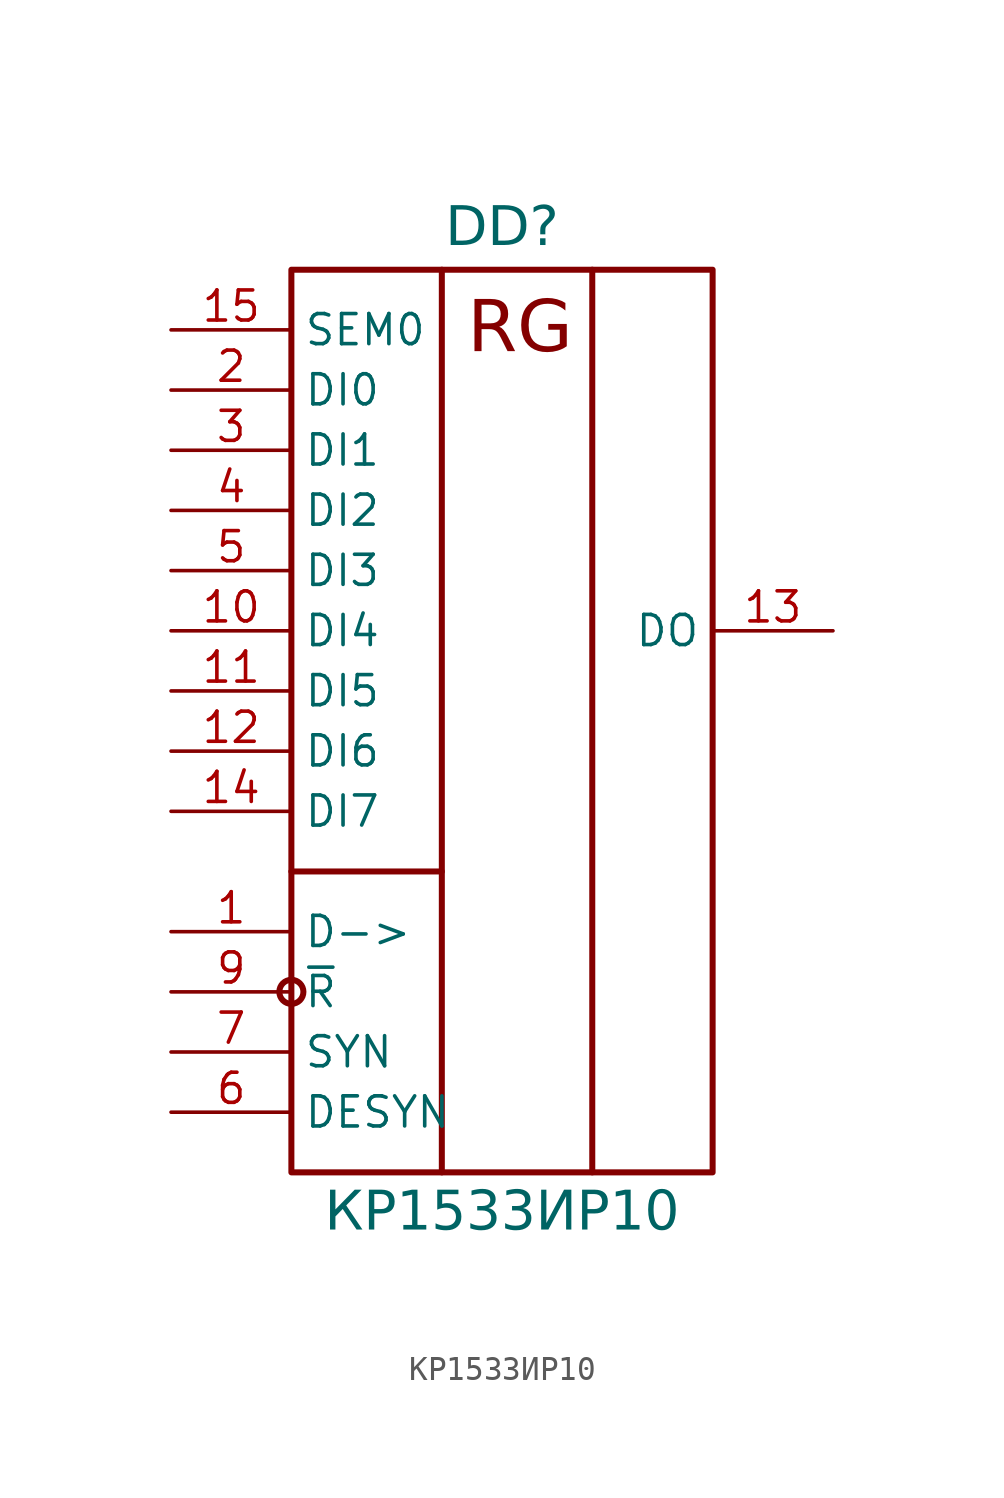
<source format=kicad_sym>
(kicad_symbol_lib
  (version 20241209)
  (generator "kicad_symbol_editor")
  (generator_version "9.0")
  (symbol "КР1533ИР10"
    (property "Reference" "DD"
      (at 13.97 3.302 0)
      (do_not_autoplace)
      (effects (font (face "Input Sans Condensed") (size 1.651 1.651)) (justify bottom)))
    (property "Value" "КР1533ИР10"
      (at 13.97 -36.322 0)
      (do_not_autoplace)
      (effects (font (face "Input Sans Condensed") (size 1.651 1.651)) (justify top)))
    (symbol "КР1533ИР10_0_0"
      (rectangle (start 5.08 2.54) (end 11.43 -35.56) (stroke (width 0.254) (type solid)) (fill (type none)))
      (polyline (pts (xy 5.08 -22.86) (xy 10.16 -22.86) (xy 11.43 -22.86)) (stroke (width 0.254) (type solid)) (fill (type none)))
      (circle (center 5.08 -27.94) (radius 0.508) (stroke (width 0.254) (type solid)) (fill (type color) (color 255 255 255 1)))
      (polyline (pts (xy 11.43 2.54) (xy 17.78 2.54)) (stroke (width 0.254) (type solid)) (fill (type none)))
      (polyline (pts (xy 11.43 -35.56) (xy 17.78 -35.56)) (stroke (width 0.254) (type solid)) (fill (type none)))
      (rectangle (start 17.78 2.54) (end 22.86 -35.56) (stroke (width 0.254) (type solid)) (fill (type none))))
    (symbol "КР1533ИР10_1_0"
      (pin input line (at 0 0 0) (length 5.08) (name "SEM0" (effects (font (size 1.27 1.27)))) (number "15" (effects (font (size 1.27 1.27)))))
      (pin input line (at 0 -2.54 0) (length 5.08) (name "DI0" (effects (font (size 1.27 1.27)))) (number "2" (effects (font (size 1.27 1.27)))))
      (pin input line (at 0 -5.08 0) (length 5.08) (name "DI1" (effects (font (size 1.27 1.27)))) (number "3" (effects (font (size 1.27 1.27)))))
      (pin input line (at 0 -7.62 0) (length 5.08) (name "DI2" (effects (font (size 1.27 1.27)))) (number "4" (effects (font (size 1.27 1.27)))))
      (pin input line (at 0 -10.16 0) (length 5.08) (name "DI3" (effects (font (size 1.27 1.27)))) (number "5" (effects (font (size 1.27 1.27)))))
      (pin input line (at 0 -12.7 0) (length 5.08) (name "DI4" (effects (font (size 1.27 1.27)))) (number "10" (effects (font (size 1.27 1.27)))))
      (pin input line (at 0 -15.24 0) (length 5.08) (name "DI5" (effects (font (size 1.27 1.27)))) (number "11" (effects (font (size 1.27 1.27)))))
      (pin input line (at 0 -17.78 0) (length 5.08) (name "DI6" (effects (font (size 1.27 1.27)))) (number "12" (effects (font (size 1.27 1.27)))))
      (pin input line (at 0 -20.32 0) (length 5.08) (name "DI7" (effects (font (size 1.27 1.27)))) (number "14" (effects (font (size 1.27 1.27)))))
      (pin input line (at 0 -25.4 0) (length 5.08) (name "D->" (effects (font (size 1.27 1.27)))) (number "1" (effects (font (size 1.27 1.27)))))
      (pin input line (at 0 -27.94 0) (length 5.08) (name "~{R}" (effects (font (size 1.27 1.27)))) (number "9" (effects (font (size 1.27 1.27)))))
      (pin input line (at 0 -30.48 0) (length 5.08) (name "SYN" (effects (font (size 1.27 1.27)))) (number "7" (effects (font (size 1.27 1.27)))))
      (pin input line (at 0 -33.02 0) (length 5.08) (name "DESYN" (effects (font (size 1.27 1.27)))) (number "6" (effects (font (size 1.27 1.27)))))
      (pin power_in line (at 25.4 -30.48 180) (length 2.54) (hide yes) (name "VCC" (effects (font (size 1.27 1.27)))) (number "16" (effects (font (size 1.27 1.27)))))
      (pin power_in line (at 25.4 -33.02 180) (length 2.54) (hide yes) (name "GND" (effects (font (size 1.27 1.27)))) (number "8" (effects (font (size 1.27 1.27)))))
      (pin output line (at 27.94 -12.7 180) (length 5.08) (name "DO" (effects (font (size 1.27 1.27)))) (number "13" (effects (font (size 1.27 1.27))))))
    (symbol "КР1533ИР10_1_1"
      (text "RG" (at 14.732 0 0) (effects (font (face "Input Sans Condensed") (size 2.159 2.159)))))))
</source>
